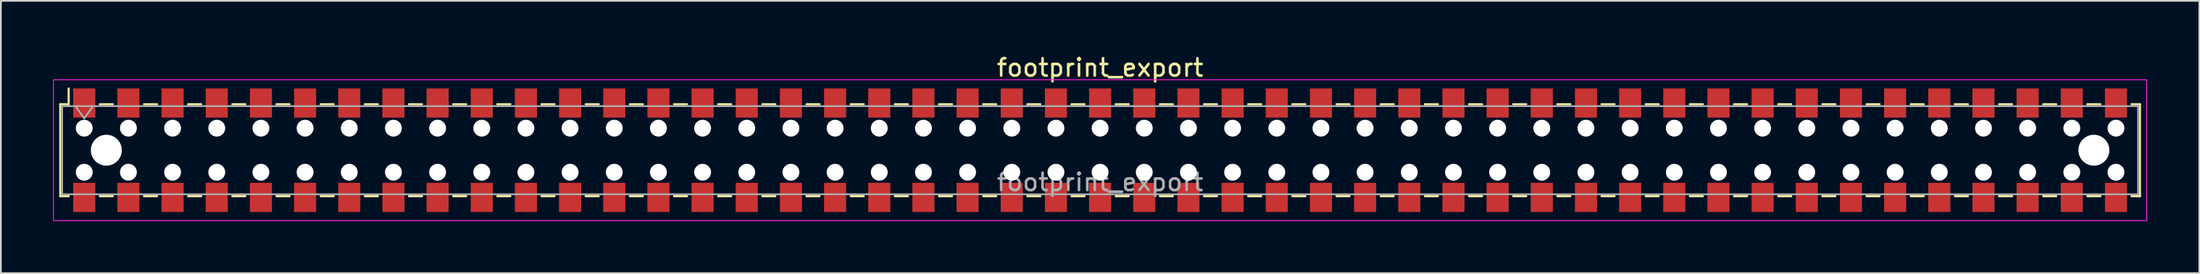
<source format=kicad_pcb>
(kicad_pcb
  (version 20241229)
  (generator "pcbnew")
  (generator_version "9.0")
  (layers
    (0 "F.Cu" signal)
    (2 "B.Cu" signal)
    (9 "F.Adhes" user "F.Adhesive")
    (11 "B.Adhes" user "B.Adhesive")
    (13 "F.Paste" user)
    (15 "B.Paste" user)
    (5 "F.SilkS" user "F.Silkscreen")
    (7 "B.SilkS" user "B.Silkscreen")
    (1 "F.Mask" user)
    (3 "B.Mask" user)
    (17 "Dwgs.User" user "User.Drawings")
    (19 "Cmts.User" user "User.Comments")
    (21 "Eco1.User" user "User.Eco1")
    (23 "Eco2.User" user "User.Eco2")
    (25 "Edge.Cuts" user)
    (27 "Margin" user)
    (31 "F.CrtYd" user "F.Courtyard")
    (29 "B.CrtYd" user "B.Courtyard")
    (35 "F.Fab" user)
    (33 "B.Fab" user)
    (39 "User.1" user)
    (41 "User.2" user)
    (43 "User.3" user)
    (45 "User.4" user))
  (footprint "footprint_export"
    (layer "F.Cu")
    (at 60.215 5.608)
    (property "Reference" "footprint_export" (at 0 -4.76 0) (layer "F.SilkS") (effects (font (size 1 1) (thickness 0.15))))
    (attr smd)
    (fp_line (start -59.8 -2.65) (end -59.8 2.65) (stroke (width 0.12) (type solid)) (layer "F.SilkS"))
    (fp_line (start -59.8 2.65) (end -59.315 2.65) (stroke (width 0.12) (type solid)) (layer "F.SilkS"))
    (fp_line (start -59.315 -3.56) (end -59.315 -2.65) (stroke (width 0.12) (type solid)) (layer "F.SilkS"))
    (fp_line (start -59.315 -2.65) (end -59.8 -2.65) (stroke (width 0.12) (type solid)) (layer "F.SilkS"))
    (fp_line (start -57.525 -2.65) (end -56.775 -2.65) (stroke (width 0.12) (type solid)) (layer "F.SilkS"))
    (fp_line (start -57.525 2.65) (end -56.775 2.65) (stroke (width 0.12) (type solid)) (layer "F.SilkS"))
    (fp_line (start -54.985 -2.65) (end -54.235 -2.65) (stroke (width 0.12) (type solid)) (layer "F.SilkS"))
    (fp_line (start -54.985 2.65) (end -54.235 2.65) (stroke (width 0.12) (type solid)) (layer "F.SilkS"))
    (fp_line (start -52.445 -2.65) (end -51.695 -2.65) (stroke (width 0.12) (type solid)) (layer "F.SilkS"))
    (fp_line (start -52.445 2.65) (end -51.695 2.65) (stroke (width 0.12) (type solid)) (layer "F.SilkS"))
    (fp_line (start -49.905 -2.65) (end -49.155 -2.65) (stroke (width 0.12) (type solid)) (layer "F.SilkS"))
    (fp_line (start -49.905 2.65) (end -49.155 2.65) (stroke (width 0.12) (type solid)) (layer "F.SilkS"))
    (fp_line (start -47.365 -2.65) (end -46.615 -2.65) (stroke (width 0.12) (type solid)) (layer "F.SilkS"))
    (fp_line (start -47.365 2.65) (end -46.615 2.65) (stroke (width 0.12) (type solid)) (layer "F.SilkS"))
    (fp_line (start -44.825 -2.65) (end -44.075 -2.65) (stroke (width 0.12) (type solid)) (layer "F.SilkS"))
    (fp_line (start -44.825 2.65) (end -44.075 2.65) (stroke (width 0.12) (type solid)) (layer "F.SilkS"))
    (fp_line (start -42.285 -2.65) (end -41.535 -2.65) (stroke (width 0.12) (type solid)) (layer "F.SilkS"))
    (fp_line (start -42.285 2.65) (end -41.535 2.65) (stroke (width 0.12) (type solid)) (layer "F.SilkS"))
    (fp_line (start -39.745 -2.65) (end -38.995 -2.65) (stroke (width 0.12) (type solid)) (layer "F.SilkS"))
    (fp_line (start -39.745 2.65) (end -38.995 2.65) (stroke (width 0.12) (type solid)) (layer "F.SilkS"))
    (fp_line (start -37.205 -2.65) (end -36.455 -2.65) (stroke (width 0.12) (type solid)) (layer "F.SilkS"))
    (fp_line (start -37.205 2.65) (end -36.455 2.65) (stroke (width 0.12) (type solid)) (layer "F.SilkS"))
    (fp_line (start -34.665 -2.65) (end -33.915 -2.65) (stroke (width 0.12) (type solid)) (layer "F.SilkS"))
    (fp_line (start -34.665 2.65) (end -33.915 2.65) (stroke (width 0.12) (type solid)) (layer "F.SilkS"))
    (fp_line (start -32.125 -2.65) (end -31.375 -2.65) (stroke (width 0.12) (type solid)) (layer "F.SilkS"))
    (fp_line (start -32.125 2.65) (end -31.375 2.65) (stroke (width 0.12) (type solid)) (layer "F.SilkS"))
    (fp_line (start -29.585 -2.65) (end -28.835 -2.65) (stroke (width 0.12) (type solid)) (layer "F.SilkS"))
    (fp_line (start -29.585 2.65) (end -28.835 2.65) (stroke (width 0.12) (type solid)) (layer "F.SilkS"))
    (fp_line (start -27.045 -2.65) (end -26.295 -2.65) (stroke (width 0.12) (type solid)) (layer "F.SilkS"))
    (fp_line (start -27.045 2.65) (end -26.295 2.65) (stroke (width 0.12) (type solid)) (layer "F.SilkS"))
    (fp_line (start -24.505 -2.65) (end -23.755 -2.65) (stroke (width 0.12) (type solid)) (layer "F.SilkS"))
    (fp_line (start -24.505 2.65) (end -23.755 2.65) (stroke (width 0.12) (type solid)) (layer "F.SilkS"))
    (fp_line (start -21.965 -2.65) (end -21.215 -2.65) (stroke (width 0.12) (type solid)) (layer "F.SilkS"))
    (fp_line (start -21.965 2.65) (end -21.215 2.65) (stroke (width 0.12) (type solid)) (layer "F.SilkS"))
    (fp_line (start -19.425 -2.65) (end -18.675 -2.65) (stroke (width 0.12) (type solid)) (layer "F.SilkS"))
    (fp_line (start -19.425 2.65) (end -18.675 2.65) (stroke (width 0.12) (type solid)) (layer "F.SilkS"))
    (fp_line (start -16.885 -2.65) (end -16.135 -2.65) (stroke (width 0.12) (type solid)) (layer "F.SilkS"))
    (fp_line (start -16.885 2.65) (end -16.135 2.65) (stroke (width 0.12) (type solid)) (layer "F.SilkS"))
    (fp_line (start -14.345 -2.65) (end -13.595 -2.65) (stroke (width 0.12) (type solid)) (layer "F.SilkS"))
    (fp_line (start -14.345 2.65) (end -13.595 2.65) (stroke (width 0.12) (type solid)) (layer "F.SilkS"))
    (fp_line (start -11.805 -2.65) (end -11.055 -2.65) (stroke (width 0.12) (type solid)) (layer "F.SilkS"))
    (fp_line (start -11.805 2.65) (end -11.055 2.65) (stroke (width 0.12) (type solid)) (layer "F.SilkS"))
    (fp_line (start -9.265 -2.65) (end -8.515 -2.65) (stroke (width 0.12) (type solid)) (layer "F.SilkS"))
    (fp_line (start -9.265 2.65) (end -8.515 2.65) (stroke (width 0.12) (type solid)) (layer "F.SilkS"))
    (fp_line (start -6.725 -2.65) (end -5.975 -2.65) (stroke (width 0.12) (type solid)) (layer "F.SilkS"))
    (fp_line (start -6.725 2.65) (end -5.975 2.65) (stroke (width 0.12) (type solid)) (layer "F.SilkS"))
    (fp_line (start -4.185 -2.65) (end -3.435 -2.65) (stroke (width 0.12) (type solid)) (layer "F.SilkS"))
    (fp_line (start -4.185 2.65) (end -3.435 2.65) (stroke (width 0.12) (type solid)) (layer "F.SilkS"))
    (fp_line (start -1.645 -2.65) (end -0.895 -2.65) (stroke (width 0.12) (type solid)) (layer "F.SilkS"))
    (fp_line (start -1.645 2.65) (end -0.895 2.65) (stroke (width 0.12) (type solid)) (layer "F.SilkS"))
    (fp_line (start 0.895 -2.65) (end 1.645 -2.65) (stroke (width 0.12) (type solid)) (layer "F.SilkS"))
    (fp_line (start 0.895 2.65) (end 1.645 2.65) (stroke (width 0.12) (type solid)) (layer "F.SilkS"))
    (fp_line (start 3.435 -2.65) (end 4.185 -2.65) (stroke (width 0.12) (type solid)) (layer "F.SilkS"))
    (fp_line (start 3.435 2.65) (end 4.185 2.65) (stroke (width 0.12) (type solid)) (layer "F.SilkS"))
    (fp_line (start 5.975 -2.65) (end 6.725 -2.65) (stroke (width 0.12) (type solid)) (layer "F.SilkS"))
    (fp_line (start 5.975 2.65) (end 6.725 2.65) (stroke (width 0.12) (type solid)) (layer "F.SilkS"))
    (fp_line (start 8.515 -2.65) (end 9.265 -2.65) (stroke (width 0.12) (type solid)) (layer "F.SilkS"))
    (fp_line (start 8.515 2.65) (end 9.265 2.65) (stroke (width 0.12) (type solid)) (layer "F.SilkS"))
    (fp_line (start 11.055 -2.65) (end 11.805 -2.65) (stroke (width 0.12) (type solid)) (layer "F.SilkS"))
    (fp_line (start 11.055 2.65) (end 11.805 2.65) (stroke (width 0.12) (type solid)) (layer "F.SilkS"))
    (fp_line (start 13.595 -2.65) (end 14.345 -2.65) (stroke (width 0.12) (type solid)) (layer "F.SilkS"))
    (fp_line (start 13.595 2.65) (end 14.345 2.65) (stroke (width 0.12) (type solid)) (layer "F.SilkS"))
    (fp_line (start 16.135 -2.65) (end 16.885 -2.65) (stroke (width 0.12) (type solid)) (layer "F.SilkS"))
    (fp_line (start 16.135 2.65) (end 16.885 2.65) (stroke (width 0.12) (type solid)) (layer "F.SilkS"))
    (fp_line (start 18.675 -2.65) (end 19.425 -2.65) (stroke (width 0.12) (type solid)) (layer "F.SilkS"))
    (fp_line (start 18.675 2.65) (end 19.425 2.65) (stroke (width 0.12) (type solid)) (layer "F.SilkS"))
    (fp_line (start 21.215 -2.65) (end 21.965 -2.65) (stroke (width 0.12) (type solid)) (layer "F.SilkS"))
    (fp_line (start 21.215 2.65) (end 21.965 2.65) (stroke (width 0.12) (type solid)) (layer "F.SilkS"))
    (fp_line (start 23.755 -2.65) (end 24.505 -2.65) (stroke (width 0.12) (type solid)) (layer "F.SilkS"))
    (fp_line (start 23.755 2.65) (end 24.505 2.65) (stroke (width 0.12) (type solid)) (layer "F.SilkS"))
    (fp_line (start 26.295 -2.65) (end 27.045 -2.65) (stroke (width 0.12) (type solid)) (layer "F.SilkS"))
    (fp_line (start 26.295 2.65) (end 27.045 2.65) (stroke (width 0.12) (type solid)) (layer "F.SilkS"))
    (fp_line (start 28.835 -2.65) (end 29.585 -2.65) (stroke (width 0.12) (type solid)) (layer "F.SilkS"))
    (fp_line (start 28.835 2.65) (end 29.585 2.65) (stroke (width 0.12) (type solid)) (layer "F.SilkS"))
    (fp_line (start 31.375 -2.65) (end 32.125 -2.65) (stroke (width 0.12) (type solid)) (layer "F.SilkS"))
    (fp_line (start 31.375 2.65) (end 32.125 2.65) (stroke (width 0.12) (type solid)) (layer "F.SilkS"))
    (fp_line (start 33.915 -2.65) (end 34.665 -2.65) (stroke (width 0.12) (type solid)) (layer "F.SilkS"))
    (fp_line (start 33.915 2.65) (end 34.665 2.65) (stroke (width 0.12) (type solid)) (layer "F.SilkS"))
    (fp_line (start 36.455 -2.65) (end 37.205 -2.65) (stroke (width 0.12) (type solid)) (layer "F.SilkS"))
    (fp_line (start 36.455 2.65) (end 37.205 2.65) (stroke (width 0.12) (type solid)) (layer "F.SilkS"))
    (fp_line (start 38.995 -2.65) (end 39.745 -2.65) (stroke (width 0.12) (type solid)) (layer "F.SilkS"))
    (fp_line (start 38.995 2.65) (end 39.745 2.65) (stroke (width 0.12) (type solid)) (layer "F.SilkS"))
    (fp_line (start 41.535 -2.65) (end 42.285 -2.65) (stroke (width 0.12) (type solid)) (layer "F.SilkS"))
    (fp_line (start 41.535 2.65) (end 42.285 2.65) (stroke (width 0.12) (type solid)) (layer "F.SilkS"))
    (fp_line (start 44.075 -2.65) (end 44.825 -2.65) (stroke (width 0.12) (type solid)) (layer "F.SilkS"))
    (fp_line (start 44.075 2.65) (end 44.825 2.65) (stroke (width 0.12) (type solid)) (layer "F.SilkS"))
    (fp_line (start 46.615 -2.65) (end 47.365 -2.65) (stroke (width 0.12) (type solid)) (layer "F.SilkS"))
    (fp_line (start 46.615 2.65) (end 47.365 2.65) (stroke (width 0.12) (type solid)) (layer "F.SilkS"))
    (fp_line (start 49.155 -2.65) (end 49.905 -2.65) (stroke (width 0.12) (type solid)) (layer "F.SilkS"))
    (fp_line (start 49.155 2.65) (end 49.905 2.65) (stroke (width 0.12) (type solid)) (layer "F.SilkS"))
    (fp_line (start 51.695 -2.65) (end 52.445 -2.65) (stroke (width 0.12) (type solid)) (layer "F.SilkS"))
    (fp_line (start 51.695 2.65) (end 52.445 2.65) (stroke (width 0.12) (type solid)) (layer "F.SilkS"))
    (fp_line (start 54.235 -2.65) (end 54.985 -2.65) (stroke (width 0.12) (type solid)) (layer "F.SilkS"))
    (fp_line (start 54.235 2.65) (end 54.985 2.65) (stroke (width 0.12) (type solid)) (layer "F.SilkS"))
    (fp_line (start 56.775 -2.65) (end 57.525 -2.65) (stroke (width 0.12) (type solid)) (layer "F.SilkS"))
    (fp_line (start 56.775 2.65) (end 57.525 2.65) (stroke (width 0.12) (type solid)) (layer "F.SilkS"))
    (fp_line (start 59.315 -2.65) (end 59.8 -2.65) (stroke (width 0.12) (type solid)) (layer "F.SilkS"))
    (fp_line (start 59.8 -2.65) (end 59.8 2.65) (stroke (width 0.12) (type solid)) (layer "F.SilkS"))
    (fp_line (start 59.8 2.65) (end 59.315 2.65) (stroke (width 0.12) (type solid)) (layer "F.SilkS"))
    (fp_line (start -60.19 -4.06) (end 60.19 -4.06) (stroke (width 0.05) (type solid)) (layer "F.CrtYd"))
    (fp_line (start -60.19 4.06) (end -60.19 -4.06) (stroke (width 0.05) (type solid)) (layer "F.CrtYd"))
    (fp_line (start 60.19 -4.06) (end 60.19 4.06) (stroke (width 0.05) (type solid)) (layer "F.CrtYd"))
    (fp_line (start 60.19 4.06) (end -60.19 4.06) (stroke (width 0.05) (type solid)) (layer "F.CrtYd"))
    (fp_line (start -59.69 -2.54) (end 59.69 -2.54) (stroke (width 0.1) (type solid)) (layer "F.Fab"))
    (fp_line (start -59.69 2.54) (end -59.69 -2.54) (stroke (width 0.1) (type solid)) (layer "F.Fab"))
    (fp_line (start -58.92 -2.54) (end -58.42 -1.833) (stroke (width 0.1) (type solid)) (layer "F.Fab"))
    (fp_line (start -58.42 -1.833) (end -57.92 -2.54) (stroke (width 0.1) (type solid)) (layer "F.Fab"))
    (fp_line (start 59.69 -2.54) (end 59.69 2.54) (stroke (width 0.1) (type solid)) (layer "F.Fab"))
    (fp_line (start 59.69 2.54) (end -59.69 2.54) (stroke (width 0.1) (type solid)) (layer "F.Fab"))
    (fp_text user "${REFERENCE}" (at 0 1.84 0) (layer "F.Fab") (effects (font (size 1 1) (thickness 0.15))))
    (pad "" np_thru_hole circle (at -58.42 -1.27) (size 0.97 0.97) (drill 0.97) (layers "*.Cu" "*.Mask"))
    (pad "" np_thru_hole circle (at -58.42 1.27) (size 0.97 0.97) (drill 0.97) (layers "*.Cu" "*.Mask"))
    (pad "" np_thru_hole circle (at -57.15 0) (size 1.78 1.78) (drill 1.78) (layers "*.Cu" "*.Mask"))
    (pad "" np_thru_hole circle (at -55.88 -1.27) (size 0.97 0.97) (drill 0.97) (layers "*.Cu" "*.Mask"))
    (pad "" np_thru_hole circle (at -55.88 1.27) (size 0.97 0.97) (drill 0.97) (layers "*.Cu" "*.Mask"))
    (pad "" np_thru_hole circle (at -53.34 -1.27) (size 0.97 0.97) (drill 0.97) (layers "*.Cu" "*.Mask"))
    (pad "" np_thru_hole circle (at -53.34 1.27) (size 0.97 0.97) (drill 0.97) (layers "*.Cu" "*.Mask"))
    (pad "" np_thru_hole circle (at -50.8 -1.27) (size 0.97 0.97) (drill 0.97) (layers "*.Cu" "*.Mask"))
    (pad "" np_thru_hole circle (at -50.8 1.27) (size 0.97 0.97) (drill 0.97) (layers "*.Cu" "*.Mask"))
    (pad "" np_thru_hole circle (at -48.26 -1.27) (size 0.97 0.97) (drill 0.97) (layers "*.Cu" "*.Mask"))
    (pad "" np_thru_hole circle (at -48.26 1.27) (size 0.97 0.97) (drill 0.97) (layers "*.Cu" "*.Mask"))
    (pad "" np_thru_hole circle (at -45.72 -1.27) (size 0.97 0.97) (drill 0.97) (layers "*.Cu" "*.Mask"))
    (pad "" np_thru_hole circle (at -45.72 1.27) (size 0.97 0.97) (drill 0.97) (layers "*.Cu" "*.Mask"))
    (pad "" np_thru_hole circle (at -43.18 -1.27) (size 0.97 0.97) (drill 0.97) (layers "*.Cu" "*.Mask"))
    (pad "" np_thru_hole circle (at -43.18 1.27) (size 0.97 0.97) (drill 0.97) (layers "*.Cu" "*.Mask"))
    (pad "" np_thru_hole circle (at -40.64 -1.27) (size 0.97 0.97) (drill 0.97) (layers "*.Cu" "*.Mask"))
    (pad "" np_thru_hole circle (at -40.64 1.27) (size 0.97 0.97) (drill 0.97) (layers "*.Cu" "*.Mask"))
    (pad "" np_thru_hole circle (at -38.1 -1.27) (size 0.97 0.97) (drill 0.97) (layers "*.Cu" "*.Mask"))
    (pad "" np_thru_hole circle (at -38.1 1.27) (size 0.97 0.97) (drill 0.97) (layers "*.Cu" "*.Mask"))
    (pad "" np_thru_hole circle (at -35.56 -1.27) (size 0.97 0.97) (drill 0.97) (layers "*.Cu" "*.Mask"))
    (pad "" np_thru_hole circle (at -35.56 1.27) (size 0.97 0.97) (drill 0.97) (layers "*.Cu" "*.Mask"))
    (pad "" np_thru_hole circle (at -33.02 -1.27) (size 0.97 0.97) (drill 0.97) (layers "*.Cu" "*.Mask"))
    (pad "" np_thru_hole circle (at -33.02 1.27) (size 0.97 0.97) (drill 0.97) (layers "*.Cu" "*.Mask"))
    (pad "" np_thru_hole circle (at -30.48 -1.27) (size 0.97 0.97) (drill 0.97) (layers "*.Cu" "*.Mask"))
    (pad "" np_thru_hole circle (at -30.48 1.27) (size 0.97 0.97) (drill 0.97) (layers "*.Cu" "*.Mask"))
    (pad "" np_thru_hole circle (at -27.94 -1.27) (size 0.97 0.97) (drill 0.97) (layers "*.Cu" "*.Mask"))
    (pad "" np_thru_hole circle (at -27.94 1.27) (size 0.97 0.97) (drill 0.97) (layers "*.Cu" "*.Mask"))
    (pad "" np_thru_hole circle (at -25.4 -1.27) (size 0.97 0.97) (drill 0.97) (layers "*.Cu" "*.Mask"))
    (pad "" np_thru_hole circle (at -25.4 1.27) (size 0.97 0.97) (drill 0.97) (layers "*.Cu" "*.Mask"))
    (pad "" np_thru_hole circle (at -22.86 -1.27) (size 0.97 0.97) (drill 0.97) (layers "*.Cu" "*.Mask"))
    (pad "" np_thru_hole circle (at -22.86 1.27) (size 0.97 0.97) (drill 0.97) (layers "*.Cu" "*.Mask"))
    (pad "" np_thru_hole circle (at -20.32 -1.27) (size 0.97 0.97) (drill 0.97) (layers "*.Cu" "*.Mask"))
    (pad "" np_thru_hole circle (at -20.32 1.27) (size 0.97 0.97) (drill 0.97) (layers "*.Cu" "*.Mask"))
    (pad "" np_thru_hole circle (at -17.78 -1.27) (size 0.97 0.97) (drill 0.97) (layers "*.Cu" "*.Mask"))
    (pad "" np_thru_hole circle (at -17.78 1.27) (size 0.97 0.97) (drill 0.97) (layers "*.Cu" "*.Mask"))
    (pad "" np_thru_hole circle (at -15.24 -1.27) (size 0.97 0.97) (drill 0.97) (layers "*.Cu" "*.Mask"))
    (pad "" np_thru_hole circle (at -15.24 1.27) (size 0.97 0.97) (drill 0.97) (layers "*.Cu" "*.Mask"))
    (pad "" np_thru_hole circle (at -12.7 -1.27) (size 0.97 0.97) (drill 0.97) (layers "*.Cu" "*.Mask"))
    (pad "" np_thru_hole circle (at -12.7 1.27) (size 0.97 0.97) (drill 0.97) (layers "*.Cu" "*.Mask"))
    (pad "" np_thru_hole circle (at -10.16 -1.27) (size 0.97 0.97) (drill 0.97) (layers "*.Cu" "*.Mask"))
    (pad "" np_thru_hole circle (at -10.16 1.27) (size 0.97 0.97) (drill 0.97) (layers "*.Cu" "*.Mask"))
    (pad "" np_thru_hole circle (at -7.62 -1.27) (size 0.97 0.97) (drill 0.97) (layers "*.Cu" "*.Mask"))
    (pad "" np_thru_hole circle (at -7.62 1.27) (size 0.97 0.97) (drill 0.97) (layers "*.Cu" "*.Mask"))
    (pad "" np_thru_hole circle (at -5.08 -1.27) (size 0.97 0.97) (drill 0.97) (layers "*.Cu" "*.Mask"))
    (pad "" np_thru_hole circle (at -5.08 1.27) (size 0.97 0.97) (drill 0.97) (layers "*.Cu" "*.Mask"))
    (pad "" np_thru_hole circle (at -2.54 -1.27) (size 0.97 0.97) (drill 0.97) (layers "*.Cu" "*.Mask"))
    (pad "" np_thru_hole circle (at -2.54 1.27) (size 0.97 0.97) (drill 0.97) (layers "*.Cu" "*.Mask"))
    (pad "" np_thru_hole circle (at 0 -1.27) (size 0.97 0.97) (drill 0.97) (layers "*.Cu" "*.Mask"))
    (pad "" np_thru_hole circle (at 0 1.27) (size 0.97 0.97) (drill 0.97) (layers "*.Cu" "*.Mask"))
    (pad "" np_thru_hole circle (at 2.54 -1.27) (size 0.97 0.97) (drill 0.97) (layers "*.Cu" "*.Mask"))
    (pad "" np_thru_hole circle (at 2.54 1.27) (size 0.97 0.97) (drill 0.97) (layers "*.Cu" "*.Mask"))
    (pad "" np_thru_hole circle (at 5.08 -1.27) (size 0.97 0.97) (drill 0.97) (layers "*.Cu" "*.Mask"))
    (pad "" np_thru_hole circle (at 5.08 1.27) (size 0.97 0.97) (drill 0.97) (layers "*.Cu" "*.Mask"))
    (pad "" np_thru_hole circle (at 7.62 -1.27) (size 0.97 0.97) (drill 0.97) (layers "*.Cu" "*.Mask"))
    (pad "" np_thru_hole circle (at 7.62 1.27) (size 0.97 0.97) (drill 0.97) (layers "*.Cu" "*.Mask"))
    (pad "" np_thru_hole circle (at 10.16 -1.27) (size 0.97 0.97) (drill 0.97) (layers "*.Cu" "*.Mask"))
    (pad "" np_thru_hole circle (at 10.16 1.27) (size 0.97 0.97) (drill 0.97) (layers "*.Cu" "*.Mask"))
    (pad "" np_thru_hole circle (at 12.7 -1.27) (size 0.97 0.97) (drill 0.97) (layers "*.Cu" "*.Mask"))
    (pad "" np_thru_hole circle (at 12.7 1.27) (size 0.97 0.97) (drill 0.97) (layers "*.Cu" "*.Mask"))
    (pad "" np_thru_hole circle (at 15.24 -1.27) (size 0.97 0.97) (drill 0.97) (layers "*.Cu" "*.Mask"))
    (pad "" np_thru_hole circle (at 15.24 1.27) (size 0.97 0.97) (drill 0.97) (layers "*.Cu" "*.Mask"))
    (pad "" np_thru_hole circle (at 17.78 -1.27) (size 0.97 0.97) (drill 0.97) (layers "*.Cu" "*.Mask"))
    (pad "" np_thru_hole circle (at 17.78 1.27) (size 0.97 0.97) (drill 0.97) (layers "*.Cu" "*.Mask"))
    (pad "" np_thru_hole circle (at 20.32 -1.27) (size 0.97 0.97) (drill 0.97) (layers "*.Cu" "*.Mask"))
    (pad "" np_thru_hole circle (at 20.32 1.27) (size 0.97 0.97) (drill 0.97) (layers "*.Cu" "*.Mask"))
    (pad "" np_thru_hole circle (at 22.86 -1.27) (size 0.97 0.97) (drill 0.97) (layers "*.Cu" "*.Mask"))
    (pad "" np_thru_hole circle (at 22.86 1.27) (size 0.97 0.97) (drill 0.97) (layers "*.Cu" "*.Mask"))
    (pad "" np_thru_hole circle (at 25.4 -1.27) (size 0.97 0.97) (drill 0.97) (layers "*.Cu" "*.Mask"))
    (pad "" np_thru_hole circle (at 25.4 1.27) (size 0.97 0.97) (drill 0.97) (layers "*.Cu" "*.Mask"))
    (pad "" np_thru_hole circle (at 27.94 -1.27) (size 0.97 0.97) (drill 0.97) (layers "*.Cu" "*.Mask"))
    (pad "" np_thru_hole circle (at 27.94 1.27) (size 0.97 0.97) (drill 0.97) (layers "*.Cu" "*.Mask"))
    (pad "" np_thru_hole circle (at 30.48 -1.27) (size 0.97 0.97) (drill 0.97) (layers "*.Cu" "*.Mask"))
    (pad "" np_thru_hole circle (at 30.48 1.27) (size 0.97 0.97) (drill 0.97) (layers "*.Cu" "*.Mask"))
    (pad "" np_thru_hole circle (at 33.02 -1.27) (size 0.97 0.97) (drill 0.97) (layers "*.Cu" "*.Mask"))
    (pad "" np_thru_hole circle (at 33.02 1.27) (size 0.97 0.97) (drill 0.97) (layers "*.Cu" "*.Mask"))
    (pad "" np_thru_hole circle (at 35.56 -1.27) (size 0.97 0.97) (drill 0.97) (layers "*.Cu" "*.Mask"))
    (pad "" np_thru_hole circle (at 35.56 1.27) (size 0.97 0.97) (drill 0.97) (layers "*.Cu" "*.Mask"))
    (pad "" np_thru_hole circle (at 38.1 -1.27) (size 0.97 0.97) (drill 0.97) (layers "*.Cu" "*.Mask"))
    (pad "" np_thru_hole circle (at 38.1 1.27) (size 0.97 0.97) (drill 0.97) (layers "*.Cu" "*.Mask"))
    (pad "" np_thru_hole circle (at 40.64 -1.27) (size 0.97 0.97) (drill 0.97) (layers "*.Cu" "*.Mask"))
    (pad "" np_thru_hole circle (at 40.64 1.27) (size 0.97 0.97) (drill 0.97) (layers "*.Cu" "*.Mask"))
    (pad "" np_thru_hole circle (at 43.18 -1.27) (size 0.97 0.97) (drill 0.97) (layers "*.Cu" "*.Mask"))
    (pad "" np_thru_hole circle (at 43.18 1.27) (size 0.97 0.97) (drill 0.97) (layers "*.Cu" "*.Mask"))
    (pad "" np_thru_hole circle (at 45.72 -1.27) (size 0.97 0.97) (drill 0.97) (layers "*.Cu" "*.Mask"))
    (pad "" np_thru_hole circle (at 45.72 1.27) (size 0.97 0.97) (drill 0.97) (layers "*.Cu" "*.Mask"))
    (pad "" np_thru_hole circle (at 48.26 -1.27) (size 0.97 0.97) (drill 0.97) (layers "*.Cu" "*.Mask"))
    (pad "" np_thru_hole circle (at 48.26 1.27) (size 0.97 0.97) (drill 0.97) (layers "*.Cu" "*.Mask"))
    (pad "" np_thru_hole circle (at 50.8 -1.27) (size 0.97 0.97) (drill 0.97) (layers "*.Cu" "*.Mask"))
    (pad "" np_thru_hole circle (at 50.8 1.27) (size 0.97 0.97) (drill 0.97) (layers "*.Cu" "*.Mask"))
    (pad "" np_thru_hole circle (at 53.34 -1.27) (size 0.97 0.97) (drill 0.97) (layers "*.Cu" "*.Mask"))
    (pad "" np_thru_hole circle (at 53.34 1.27) (size 0.97 0.97) (drill 0.97) (layers "*.Cu" "*.Mask"))
    (pad "" np_thru_hole circle (at 55.88 -1.27) (size 0.97 0.97) (drill 0.97) (layers "*.Cu" "*.Mask"))
    (pad "" np_thru_hole circle (at 55.88 1.27) (size 0.97 0.97) (drill 0.97) (layers "*.Cu" "*.Mask"))
    (pad "" np_thru_hole circle (at 57.15 0) (size 1.78 1.78) (drill 1.78) (layers "*.Cu" "*.Mask"))
    (pad "" np_thru_hole circle (at 58.42 -1.27) (size 0.97 0.97) (drill 0.97) (layers "*.Cu" "*.Mask"))
    (pad "" np_thru_hole circle (at 58.42 1.27) (size 0.97 0.97) (drill 0.97) (layers "*.Cu" "*.Mask"))
    (pad "1" smd rect (at -58.42 -2.72) (size 1.27 1.68) (layers "F.Cu" "F.Mask" "F.Paste"))
    (pad "2" smd rect (at -58.42 2.72) (size 1.27 1.68) (layers "F.Cu" "F.Mask" "F.Paste"))
    (pad "3" smd rect (at -55.88 -2.72) (size 1.27 1.68) (layers "F.Cu" "F.Mask" "F.Paste"))
    (pad "4" smd rect (at -55.88 2.72) (size 1.27 1.68) (layers "F.Cu" "F.Mask" "F.Paste"))
    (pad "5" smd rect (at -53.34 -2.72) (size 1.27 1.68) (layers "F.Cu" "F.Mask" "F.Paste"))
    (pad "6" smd rect (at -53.34 2.72) (size 1.27 1.68) (layers "F.Cu" "F.Mask" "F.Paste"))
    (pad "7" smd rect (at -50.8 -2.72) (size 1.27 1.68) (layers "F.Cu" "F.Mask" "F.Paste"))
    (pad "8" smd rect (at -50.8 2.72) (size 1.27 1.68) (layers "F.Cu" "F.Mask" "F.Paste"))
    (pad "9" smd rect (at -48.26 -2.72) (size 1.27 1.68) (layers "F.Cu" "F.Mask" "F.Paste"))
    (pad "10" smd rect (at -48.26 2.72) (size 1.27 1.68) (layers "F.Cu" "F.Mask" "F.Paste"))
    (pad "11" smd rect (at -45.72 -2.72) (size 1.27 1.68) (layers "F.Cu" "F.Mask" "F.Paste"))
    (pad "12" smd rect (at -45.72 2.72) (size 1.27 1.68) (layers "F.Cu" "F.Mask" "F.Paste"))
    (pad "13" smd rect (at -43.18 -2.72) (size 1.27 1.68) (layers "F.Cu" "F.Mask" "F.Paste"))
    (pad "14" smd rect (at -43.18 2.72) (size 1.27 1.68) (layers "F.Cu" "F.Mask" "F.Paste"))
    (pad "15" smd rect (at -40.64 -2.72) (size 1.27 1.68) (layers "F.Cu" "F.Mask" "F.Paste"))
    (pad "16" smd rect (at -40.64 2.72) (size 1.27 1.68) (layers "F.Cu" "F.Mask" "F.Paste"))
    (pad "17" smd rect (at -38.1 -2.72) (size 1.27 1.68) (layers "F.Cu" "F.Mask" "F.Paste"))
    (pad "18" smd rect (at -38.1 2.72) (size 1.27 1.68) (layers "F.Cu" "F.Mask" "F.Paste"))
    (pad "19" smd rect (at -35.56 -2.72) (size 1.27 1.68) (layers "F.Cu" "F.Mask" "F.Paste"))
    (pad "20" smd rect (at -35.56 2.72) (size 1.27 1.68) (layers "F.Cu" "F.Mask" "F.Paste"))
    (pad "21" smd rect (at -33.02 -2.72) (size 1.27 1.68) (layers "F.Cu" "F.Mask" "F.Paste"))
    (pad "22" smd rect (at -33.02 2.72) (size 1.27 1.68) (layers "F.Cu" "F.Mask" "F.Paste"))
    (pad "23" smd rect (at -30.48 -2.72) (size 1.27 1.68) (layers "F.Cu" "F.Mask" "F.Paste"))
    (pad "24" smd rect (at -30.48 2.72) (size 1.27 1.68) (layers "F.Cu" "F.Mask" "F.Paste"))
    (pad "25" smd rect (at -27.94 -2.72) (size 1.27 1.68) (layers "F.Cu" "F.Mask" "F.Paste"))
    (pad "26" smd rect (at -27.94 2.72) (size 1.27 1.68) (layers "F.Cu" "F.Mask" "F.Paste"))
    (pad "27" smd rect (at -25.4 -2.72) (size 1.27 1.68) (layers "F.Cu" "F.Mask" "F.Paste"))
    (pad "28" smd rect (at -25.4 2.72) (size 1.27 1.68) (layers "F.Cu" "F.Mask" "F.Paste"))
    (pad "29" smd rect (at -22.86 -2.72) (size 1.27 1.68) (layers "F.Cu" "F.Mask" "F.Paste"))
    (pad "30" smd rect (at -22.86 2.72) (size 1.27 1.68) (layers "F.Cu" "F.Mask" "F.Paste"))
    (pad "31" smd rect (at -20.32 -2.72) (size 1.27 1.68) (layers "F.Cu" "F.Mask" "F.Paste"))
    (pad "32" smd rect (at -20.32 2.72) (size 1.27 1.68) (layers "F.Cu" "F.Mask" "F.Paste"))
    (pad "33" smd rect (at -17.78 -2.72) (size 1.27 1.68) (layers "F.Cu" "F.Mask" "F.Paste"))
    (pad "34" smd rect (at -17.78 2.72) (size 1.27 1.68) (layers "F.Cu" "F.Mask" "F.Paste"))
    (pad "35" smd rect (at -15.24 -2.72) (size 1.27 1.68) (layers "F.Cu" "F.Mask" "F.Paste"))
    (pad "36" smd rect (at -15.24 2.72) (size 1.27 1.68) (layers "F.Cu" "F.Mask" "F.Paste"))
    (pad "37" smd rect (at -12.7 -2.72) (size 1.27 1.68) (layers "F.Cu" "F.Mask" "F.Paste"))
    (pad "38" smd rect (at -12.7 2.72) (size 1.27 1.68) (layers "F.Cu" "F.Mask" "F.Paste"))
    (pad "39" smd rect (at -10.16 -2.72) (size 1.27 1.68) (layers "F.Cu" "F.Mask" "F.Paste"))
    (pad "40" smd rect (at -10.16 2.72) (size 1.27 1.68) (layers "F.Cu" "F.Mask" "F.Paste"))
    (pad "41" smd rect (at -7.62 -2.72) (size 1.27 1.68) (layers "F.Cu" "F.Mask" "F.Paste"))
    (pad "42" smd rect (at -7.62 2.72) (size 1.27 1.68) (layers "F.Cu" "F.Mask" "F.Paste"))
    (pad "43" smd rect (at -5.08 -2.72) (size 1.27 1.68) (layers "F.Cu" "F.Mask" "F.Paste"))
    (pad "44" smd rect (at -5.08 2.72) (size 1.27 1.68) (layers "F.Cu" "F.Mask" "F.Paste"))
    (pad "45" smd rect (at -2.54 -2.72) (size 1.27 1.68) (layers "F.Cu" "F.Mask" "F.Paste"))
    (pad "46" smd rect (at -2.54 2.72) (size 1.27 1.68) (layers "F.Cu" "F.Mask" "F.Paste"))
    (pad "47" smd rect (at 0 -2.72) (size 1.27 1.68) (layers "F.Cu" "F.Mask" "F.Paste"))
    (pad "48" smd rect (at 0 2.72) (size 1.27 1.68) (layers "F.Cu" "F.Mask" "F.Paste"))
    (pad "49" smd rect (at 2.54 -2.72) (size 1.27 1.68) (layers "F.Cu" "F.Mask" "F.Paste"))
    (pad "50" smd rect (at 2.54 2.72) (size 1.27 1.68) (layers "F.Cu" "F.Mask" "F.Paste"))
    (pad "51" smd rect (at 5.08 -2.72) (size 1.27 1.68) (layers "F.Cu" "F.Mask" "F.Paste"))
    (pad "52" smd rect (at 5.08 2.72) (size 1.27 1.68) (layers "F.Cu" "F.Mask" "F.Paste"))
    (pad "53" smd rect (at 7.62 -2.72) (size 1.27 1.68) (layers "F.Cu" "F.Mask" "F.Paste"))
    (pad "54" smd rect (at 7.62 2.72) (size 1.27 1.68) (layers "F.Cu" "F.Mask" "F.Paste"))
    (pad "55" smd rect (at 10.16 -2.72) (size 1.27 1.68) (layers "F.Cu" "F.Mask" "F.Paste"))
    (pad "56" smd rect (at 10.16 2.72) (size 1.27 1.68) (layers "F.Cu" "F.Mask" "F.Paste"))
    (pad "57" smd rect (at 12.7 -2.72) (size 1.27 1.68) (layers "F.Cu" "F.Mask" "F.Paste"))
    (pad "58" smd rect (at 12.7 2.72) (size 1.27 1.68) (layers "F.Cu" "F.Mask" "F.Paste"))
    (pad "59" smd rect (at 15.24 -2.72) (size 1.27 1.68) (layers "F.Cu" "F.Mask" "F.Paste"))
    (pad "60" smd rect (at 15.24 2.72) (size 1.27 1.68) (layers "F.Cu" "F.Mask" "F.Paste"))
    (pad "61" smd rect (at 17.78 -2.72) (size 1.27 1.68) (layers "F.Cu" "F.Mask" "F.Paste"))
    (pad "62" smd rect (at 17.78 2.72) (size 1.27 1.68) (layers "F.Cu" "F.Mask" "F.Paste"))
    (pad "63" smd rect (at 20.32 -2.72) (size 1.27 1.68) (layers "F.Cu" "F.Mask" "F.Paste"))
    (pad "64" smd rect (at 20.32 2.72) (size 1.27 1.68) (layers "F.Cu" "F.Mask" "F.Paste"))
    (pad "65" smd rect (at 22.86 -2.72) (size 1.27 1.68) (layers "F.Cu" "F.Mask" "F.Paste"))
    (pad "66" smd rect (at 22.86 2.72) (size 1.27 1.68) (layers "F.Cu" "F.Mask" "F.Paste"))
    (pad "67" smd rect (at 25.4 -2.72) (size 1.27 1.68) (layers "F.Cu" "F.Mask" "F.Paste"))
    (pad "68" smd rect (at 25.4 2.72) (size 1.27 1.68) (layers "F.Cu" "F.Mask" "F.Paste"))
    (pad "69" smd rect (at 27.94 -2.72) (size 1.27 1.68) (layers "F.Cu" "F.Mask" "F.Paste"))
    (pad "70" smd rect (at 27.94 2.72) (size 1.27 1.68) (layers "F.Cu" "F.Mask" "F.Paste"))
    (pad "71" smd rect (at 30.48 -2.72) (size 1.27 1.68) (layers "F.Cu" "F.Mask" "F.Paste"))
    (pad "72" smd rect (at 30.48 2.72) (size 1.27 1.68) (layers "F.Cu" "F.Mask" "F.Paste"))
    (pad "73" smd rect (at 33.02 -2.72) (size 1.27 1.68) (layers "F.Cu" "F.Mask" "F.Paste"))
    (pad "74" smd rect (at 33.02 2.72) (size 1.27 1.68) (layers "F.Cu" "F.Mask" "F.Paste"))
    (pad "75" smd rect (at 35.56 -2.72) (size 1.27 1.68) (layers "F.Cu" "F.Mask" "F.Paste"))
    (pad "76" smd rect (at 35.56 2.72) (size 1.27 1.68) (layers "F.Cu" "F.Mask" "F.Paste"))
    (pad "77" smd rect (at 38.1 -2.72) (size 1.27 1.68) (layers "F.Cu" "F.Mask" "F.Paste"))
    (pad "78" smd rect (at 38.1 2.72) (size 1.27 1.68) (layers "F.Cu" "F.Mask" "F.Paste"))
    (pad "79" smd rect (at 40.64 -2.72) (size 1.27 1.68) (layers "F.Cu" "F.Mask" "F.Paste"))
    (pad "80" smd rect (at 40.64 2.72) (size 1.27 1.68) (layers "F.Cu" "F.Mask" "F.Paste"))
    (pad "81" smd rect (at 43.18 -2.72) (size 1.27 1.68) (layers "F.Cu" "F.Mask" "F.Paste"))
    (pad "82" smd rect (at 43.18 2.72) (size 1.27 1.68) (layers "F.Cu" "F.Mask" "F.Paste"))
    (pad "83" smd rect (at 45.72 -2.72) (size 1.27 1.68) (layers "F.Cu" "F.Mask" "F.Paste"))
    (pad "84" smd rect (at 45.72 2.72) (size 1.27 1.68) (layers "F.Cu" "F.Mask" "F.Paste"))
    (pad "85" smd rect (at 48.26 -2.72) (size 1.27 1.68) (layers "F.Cu" "F.Mask" "F.Paste"))
    (pad "86" smd rect (at 48.26 2.72) (size 1.27 1.68) (layers "F.Cu" "F.Mask" "F.Paste"))
    (pad "87" smd rect (at 50.8 -2.72) (size 1.27 1.68) (layers "F.Cu" "F.Mask" "F.Paste"))
    (pad "88" smd rect (at 50.8 2.72) (size 1.27 1.68) (layers "F.Cu" "F.Mask" "F.Paste"))
    (pad "89" smd rect (at 53.34 -2.72) (size 1.27 1.68) (layers "F.Cu" "F.Mask" "F.Paste"))
    (pad "90" smd rect (at 53.34 2.72) (size 1.27 1.68) (layers "F.Cu" "F.Mask" "F.Paste"))
    (pad "91" smd rect (at 55.88 -2.72) (size 1.27 1.68) (layers "F.Cu" "F.Mask" "F.Paste"))
    (pad "92" smd rect (at 55.88 2.72) (size 1.27 1.68) (layers "F.Cu" "F.Mask" "F.Paste"))
    (pad "93" smd rect (at 58.42 -2.72) (size 1.27 1.68) (layers "F.Cu" "F.Mask" "F.Paste"))
    (pad "94" smd rect (at 58.42 2.72) (size 1.27 1.68) (layers "F.Cu" "F.Mask" "F.Paste")))
  (gr_rect
    (start -3 -3)
    (end 123.43 12.693)
    (stroke (width 0.1) (type default))
    (fill no)
    (layer "Edge.Cuts")))
</source>
